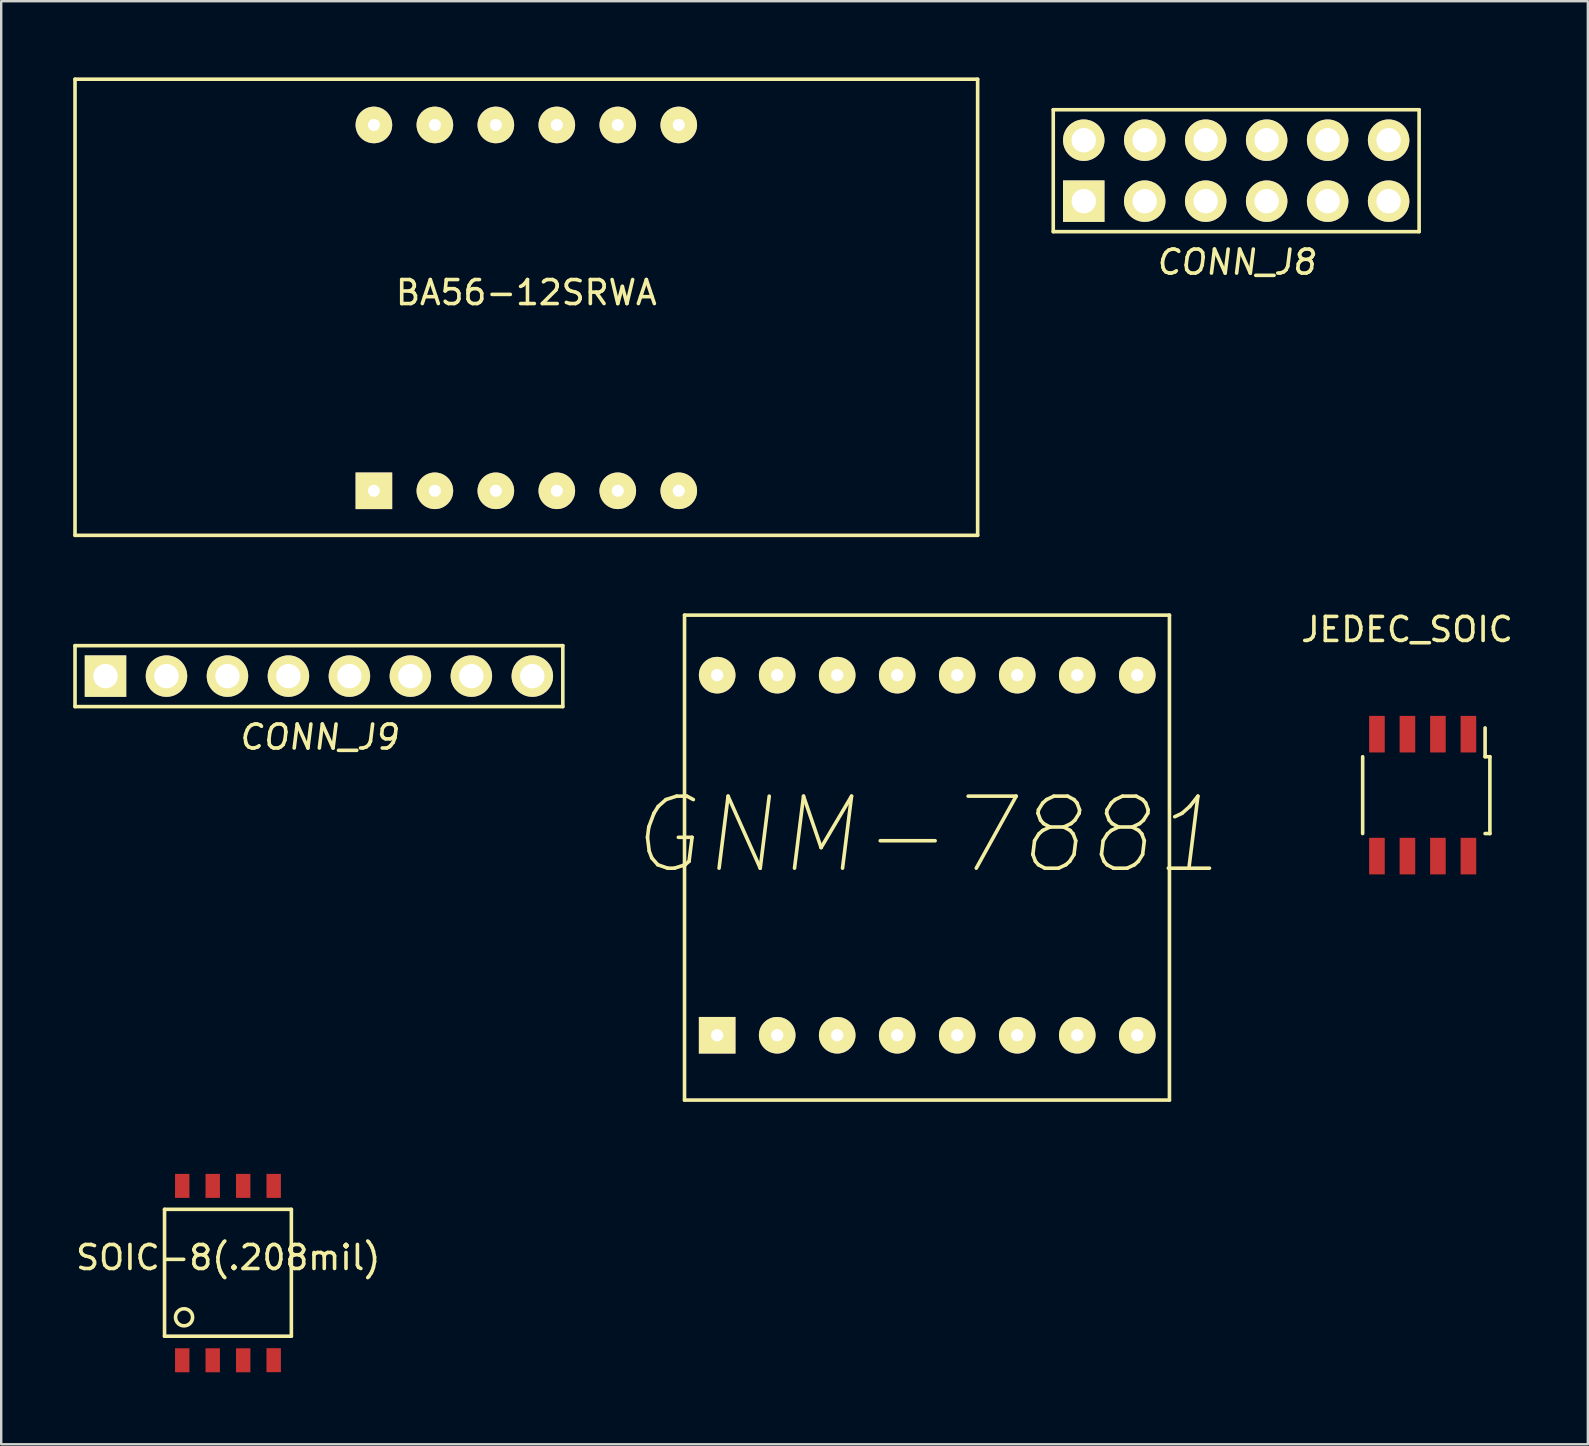
<source format=kicad_pcb>
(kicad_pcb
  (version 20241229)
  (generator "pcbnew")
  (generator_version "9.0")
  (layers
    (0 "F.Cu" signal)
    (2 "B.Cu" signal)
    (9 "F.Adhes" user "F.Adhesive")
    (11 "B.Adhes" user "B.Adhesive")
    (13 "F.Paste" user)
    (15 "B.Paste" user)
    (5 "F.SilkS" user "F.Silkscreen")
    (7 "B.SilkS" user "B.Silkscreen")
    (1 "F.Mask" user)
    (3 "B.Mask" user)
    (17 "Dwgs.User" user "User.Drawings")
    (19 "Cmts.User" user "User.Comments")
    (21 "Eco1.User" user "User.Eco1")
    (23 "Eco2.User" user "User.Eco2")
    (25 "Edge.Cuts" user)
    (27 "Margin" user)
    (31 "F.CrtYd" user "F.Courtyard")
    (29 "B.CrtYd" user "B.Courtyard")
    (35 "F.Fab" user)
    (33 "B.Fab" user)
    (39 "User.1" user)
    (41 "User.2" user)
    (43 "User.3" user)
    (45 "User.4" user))
  (footprint "CONN_J8"
    (layer "F.Cu")
    (at 48.445 0.25)
    (property "Reference" "CONN_J8" (at 0 7.62 0) (layer "F.SilkS") (effects (font (size 1 1) (thickness 0.15) (italic yes))))
    (attr through_hole)
    (fp_line (start -7.62 1.27) (end -7.62 6.35) (stroke (width 0.15) (type solid)) (layer "F.SilkS"))
    (fp_line (start -7.62 6.35) (end 7.62 6.35) (stroke (width 0.15) (type solid)) (layer "F.SilkS"))
    (fp_line (start 7.62 1.27) (end -7.62 1.27) (stroke (width 0.15) (type solid)) (layer "F.SilkS"))
    (fp_line (start 7.62 6.35) (end 7.62 1.27) (stroke (width 0.15) (type solid)) (layer "F.SilkS"))
    (pad "1" thru_hole rect (at -6.35 5.08) (size 1.727 1.727) (drill 1.016) (layers "*.Cu" "*.Mask" "F.SilkS"))
    (pad "2" thru_hole circle (at -6.35 2.54) (size 1.727 1.727) (drill 1.016) (layers "*.Cu" "*.Mask" "F.SilkS"))
    (pad "3" thru_hole circle (at -3.81 5.08) (size 1.727 1.727) (drill 1.016) (layers "*.Cu" "*.Mask" "F.SilkS"))
    (pad "4" thru_hole circle (at -3.81 2.54) (size 1.727 1.727) (drill 1.016) (layers "*.Cu" "*.Mask" "F.SilkS"))
    (pad "5" thru_hole circle (at -1.27 5.08) (size 1.727 1.727) (drill 1.016) (layers "*.Cu" "*.Mask" "F.SilkS"))
    (pad "6" thru_hole circle (at -1.27 2.54) (size 1.727 1.727) (drill 1.016) (layers "*.Cu" "*.Mask" "F.SilkS"))
    (pad "7" thru_hole circle (at 1.27 5.08) (size 1.727 1.727) (drill 1.016) (layers "*.Cu" "*.Mask" "F.SilkS"))
    (pad "8" thru_hole circle (at 1.27 2.54) (size 1.727 1.727) (drill 1.016) (layers "*.Cu" "*.Mask" "F.SilkS"))
    (pad "9" thru_hole circle (at 3.81 5.08) (size 1.727 1.727) (drill 1.016) (layers "*.Cu" "*.Mask" "F.SilkS"))
    (pad "10" thru_hole circle (at 3.81 2.54) (size 1.727 1.727) (drill 1.016) (layers "*.Cu" "*.Mask" "F.SilkS"))
    (pad "11" thru_hole circle (at 6.35 5.08) (size 1.727 1.727) (drill 1.016) (layers "*.Cu" "*.Mask" "F.SilkS"))
    (pad "12" thru_hole circle (at 6.35 2.54) (size 1.727 1.727) (drill 1.016) (layers "*.Cu" "*.Mask" "F.SilkS")))
  (footprint "JEDEC_SOIC"
    (layer "F.Cu")
    (at 56.214 30.073)
    (property "Reference" "JEDEC_SOIC" (at -0.65 -6.9 0) (layer "F.SilkS") (effects (font (size 1 1) (thickness 0.15))))
    (attr through_hole)
    (fp_line (start -2.5 -1.6) (end -2.5 1.6) (stroke (width 0.15) (type solid)) (layer "F.SilkS"))
    (fp_line (start 2.6 -2.8) (end 2.6 -1.6) (stroke (width 0.15) (type solid)) (layer "F.SilkS"))
    (fp_line (start 2.6 -1.6) (end 2.8 -1.6) (stroke (width 0.15) (type solid)) (layer "F.SilkS"))
    (fp_line (start 2.8 -1.6) (end 2.8 1.6) (stroke (width 0.15) (type solid)) (layer "F.SilkS"))
    (fp_line (start 2.8 1.6) (end 2.6 1.6) (stroke (width 0.15) (type solid)) (layer "F.SilkS"))
    (pad "1" smd rect (at 1.905 -2.54) (size 0.65 1.524) (layers "F.Cu" "F.Mask" "F.Paste"))
    (pad "2" smd rect (at 0.635 -2.54) (size 0.65 1.524) (layers "F.Cu" "F.Mask" "F.Paste"))
    (pad "3" smd rect (at -0.635 -2.54) (size 0.65 1.524) (layers "F.Cu" "F.Mask" "F.Paste"))
    (pad "4" smd rect (at -1.905 -2.54) (size 0.65 1.524) (layers "F.Cu" "F.Mask" "F.Paste"))
    (pad "5" smd rect (at -1.905 2.54) (size 0.65 1.524) (layers "F.Cu" "F.Mask" "F.Paste"))
    (pad "6" smd rect (at -0.635 2.54) (size 0.65 1.524) (layers "F.Cu" "F.Mask" "F.Paste"))
    (pad "7" smd rect (at 0.635 2.54) (size 0.65 1.524) (layers "F.Cu" "F.Mask" "F.Paste"))
    (pad "8" smd rect (at 1.905 2.54) (size 0.65 1.524) (layers "F.Cu" "F.Mask" "F.Paste")))
  (footprint "CONN_J9"
    (layer "F.Cu")
    (at 10.235 22.575)
    (property "Reference" "CONN_J9" (at 0 5.08 0) (layer "F.SilkS") (effects (font (size 1 1) (thickness 0.15) (italic yes))))
    (attr through_hole)
    (fp_line (start -10.16 1.27) (end -10.16 3.81) (stroke (width 0.15) (type solid)) (layer "F.SilkS"))
    (fp_line (start -10.16 3.81) (end 10.16 3.81) (stroke (width 0.15) (type solid)) (layer "F.SilkS"))
    (fp_line (start 10.16 1.27) (end -10.16 1.27) (stroke (width 0.15) (type solid)) (layer "F.SilkS"))
    (fp_line (start 10.16 3.81) (end 10.16 1.27) (stroke (width 0.15) (type solid)) (layer "F.SilkS"))
    (pad "1" thru_hole rect (at -8.89 2.54) (size 1.727 1.727) (drill 1.016) (layers "*.Cu" "*.Mask" "F.SilkS"))
    (pad "2" thru_hole circle (at -6.35 2.54) (size 1.727 1.727) (drill 1.016) (layers "*.Cu" "*.Mask" "F.SilkS"))
    (pad "3" thru_hole circle (at -3.81 2.54) (size 1.727 1.727) (drill 1.016) (layers "*.Cu" "*.Mask" "F.SilkS"))
    (pad "4" thru_hole circle (at -1.27 2.54) (size 1.727 1.727) (drill 1.016) (layers "*.Cu" "*.Mask" "F.SilkS"))
    (pad "5" thru_hole circle (at 1.27 2.54) (size 1.727 1.727) (drill 1.016) (layers "*.Cu" "*.Mask" "F.SilkS"))
    (pad "6" thru_hole circle (at 3.81 2.54) (size 1.727 1.727) (drill 1.016) (layers "*.Cu" "*.Mask" "F.SilkS"))
    (pad "7" thru_hole circle (at 6.35 2.54) (size 1.727 1.727) (drill 1.016) (layers "*.Cu" "*.Mask" "F.SilkS"))
    (pad "8" thru_hole circle (at 8.89 2.54) (size 1.727 1.727) (drill 1.016) (layers "*.Cu" "*.Mask" "F.SilkS")))
  (footprint "GNM-7881"
    (layer "F.Cu")
    (at 35.565 22.575)
    (property "Reference" "GNM-7881" (at 0 9.16 0) (layer "F.SilkS") (effects (font (size 3 3) (thickness 0.15) (italic yes))))
    (attr through_hole)
    (fp_line (start -10.1 0) (end 10.1 0) (stroke (width 0.15) (type solid)) (layer "F.SilkS"))
    (fp_line (start -10.1 20.2) (end -10.1 0) (stroke (width 0.15) (type solid)) (layer "F.SilkS"))
    (fp_line (start 10.1 0) (end 10.1 20.2) (stroke (width 0.15) (type solid)) (layer "F.SilkS"))
    (fp_line (start 10.1 20.2) (end -10.1 20.2) (stroke (width 0.15) (type solid)) (layer "F.SilkS"))
    (pad "1" thru_hole rect (at -8.74 17.5) (size 1.524 1.524) (drill 0.51) (layers "*.Cu" "*.Mask" "F.SilkS"))
    (pad "2" thru_hole circle (at -6.24 17.5) (size 1.524 1.524) (drill 0.51) (layers "*.Cu" "*.Mask" "F.SilkS"))
    (pad "3" thru_hole circle (at -3.74 17.5) (size 1.524 1.524) (drill 0.51) (layers "*.Cu" "*.Mask" "F.SilkS"))
    (pad "4" thru_hole circle (at -1.24 17.5) (size 1.524 1.524) (drill 0.51) (layers "*.Cu" "*.Mask" "F.SilkS"))
    (pad "5" thru_hole circle (at 1.26 17.5) (size 1.524 1.524) (drill 0.51) (layers "*.Cu" "*.Mask" "F.SilkS"))
    (pad "6" thru_hole circle (at 3.76 17.5) (size 1.524 1.524) (drill 0.51) (layers "*.Cu" "*.Mask" "F.SilkS"))
    (pad "7" thru_hole circle (at 6.26 17.5) (size 1.524 1.524) (drill 0.51) (layers "*.Cu" "*.Mask" "F.SilkS"))
    (pad "8" thru_hole circle (at 8.76 17.5) (size 1.524 1.524) (drill 0.51) (layers "*.Cu" "*.Mask" "F.SilkS"))
    (pad "9" thru_hole circle (at 8.76 2.5) (size 1.524 1.524) (drill 0.51) (layers "*.Cu" "*.Mask" "F.SilkS"))
    (pad "10" thru_hole circle (at 6.26 2.5) (size 1.524 1.524) (drill 0.51) (layers "*.Cu" "*.Mask" "F.SilkS"))
    (pad "11" thru_hole circle (at 3.76 2.5) (size 1.524 1.524) (drill 0.51) (layers "*.Cu" "*.Mask" "F.SilkS"))
    (pad "12" thru_hole circle (at 1.26 2.5) (size 1.524 1.524) (drill 0.51) (layers "*.Cu" "*.Mask" "F.SilkS"))
    (pad "13" thru_hole circle (at -1.24 2.5) (size 1.524 1.524) (drill 0.51) (layers "*.Cu" "*.Mask" "F.SilkS"))
    (pad "14" thru_hole circle (at -3.74 2.5) (size 1.524 1.524) (drill 0.51) (layers "*.Cu" "*.Mask" "F.SilkS"))
    (pad "15" thru_hole circle (at -6.24 2.5) (size 1.524 1.524) (drill 0.51) (layers "*.Cu" "*.Mask" "F.SilkS"))
    (pad "16" thru_hole circle (at -8.74 2.5) (size 1.524 1.524) (drill 0.51) (layers "*.Cu" "*.Mask" "F.SilkS")))
  (footprint "BA56-12SRWA"
    (layer "F.Cu")
    (at 18.875 0.25)
    (property "Reference" "BA56-12SRWA" (at 0 8.89 0) (layer "F.SilkS") (effects (font (size 1 1) (thickness 0.15))))
    (attr through_hole)
    (fp_line (start -18.8 0) (end 18.8 0) (stroke (width 0.15) (type solid)) (layer "F.SilkS"))
    (fp_line (start -18.8 19) (end -18.8 0) (stroke (width 0.15) (type solid)) (layer "F.SilkS"))
    (fp_line (start 18.8 0) (end 18.8 19) (stroke (width 0.15) (type solid)) (layer "F.SilkS"))
    (fp_line (start 18.8 19) (end -18.8 19) (stroke (width 0.15) (type solid)) (layer "F.SilkS"))
    (pad "1" thru_hole rect (at -6.35 17.145) (size 1.524 1.524) (drill 0.5) (layers "*.Cu" "*.Mask" "F.SilkS"))
    (pad "2" thru_hole circle (at -3.81 17.145) (size 1.524 1.524) (drill 0.5) (layers "*.Cu" "*.Mask" "F.SilkS"))
    (pad "3" thru_hole circle (at -1.27 17.145) (size 1.524 1.524) (drill 0.5) (layers "*.Cu" "*.Mask" "F.SilkS"))
    (pad "4" thru_hole circle (at 1.27 17.145) (size 1.524 1.524) (drill 0.5) (layers "*.Cu" "*.Mask" "F.SilkS"))
    (pad "5" thru_hole circle (at 3.81 17.145) (size 1.524 1.524) (drill 0.5) (layers "*.Cu" "*.Mask" "F.SilkS"))
    (pad "6" thru_hole circle (at 6.35 17.145) (size 1.524 1.524) (drill 0.5) (layers "*.Cu" "*.Mask" "F.SilkS"))
    (pad "7" thru_hole circle (at 6.35 1.905) (size 1.524 1.524) (drill 0.5) (layers "*.Cu" "*.Mask" "F.SilkS"))
    (pad "8" thru_hole circle (at 3.81 1.905) (size 1.524 1.524) (drill 0.5) (layers "*.Cu" "*.Mask" "F.SilkS"))
    (pad "9" thru_hole circle (at 1.27 1.905) (size 1.524 1.524) (drill 0.5) (layers "*.Cu" "*.Mask" "F.SilkS"))
    (pad "10" thru_hole circle (at -1.27 1.905) (size 1.524 1.524) (drill 0.5) (layers "*.Cu" "*.Mask" "F.SilkS"))
    (pad "11" thru_hole circle (at -3.81 1.905) (size 1.524 1.524) (drill 0.5) (layers "*.Cu" "*.Mask" "F.SilkS"))
    (pad "12" thru_hole circle (at -6.35 1.905) (size 1.524 1.524) (drill 0.5) (layers "*.Cu" "*.Mask" "F.SilkS")))
  (footprint "SOIC-8(.208mil)"
    (layer "F.Cu")
    (at 3.804 47.328)
    (property "Reference" "SOIC-8(.208mil)" (at 2.654 2.007 0) (layer "F.SilkS") (effects (font (size 1 1) (thickness 0.15))))
    (attr through_hole)
    (fp_line (start 0 0) (end 5.283 0) (stroke (width 0.15) (type solid)) (layer "F.SilkS"))
    (fp_line (start 0 5.283) (end 0 0) (stroke (width 0.15) (type solid)) (layer "F.SilkS"))
    (fp_line (start 5.283 0) (end 5.283 5.283) (stroke (width 0.15) (type solid)) (layer "F.SilkS"))
    (fp_line (start 5.283 5.283) (end 0 5.283) (stroke (width 0.15) (type solid)) (layer "F.SilkS"))
    (fp_circle (center 0.813 4.496) (end 0.61 4.788) (stroke (width 0.15) (type solid)) (fill no) (layer "F.SilkS"))
    (pad "1" smd rect (at 0.737 6.287) (size 0.6 1) (layers "F.Cu" "F.Mask" "F.Paste"))
    (pad "2" smd rect (at 2.007 6.287) (size 0.6 1) (layers "F.Cu" "F.Mask" "F.Paste"))
    (pad "3" smd rect (at 3.277 6.287) (size 0.6 1) (layers "F.Cu" "F.Mask" "F.Paste"))
    (pad "4" smd rect (at 4.547 6.283) (size 0.6 1) (layers "F.Cu" "F.Mask" "F.Paste"))
    (pad "5" smd rect (at 4.547 -0.978) (size 0.6 1) (layers "F.Cu" "F.Mask" "F.Paste"))
    (pad "6" smd rect (at 3.277 -0.978) (size 0.6 1) (layers "F.Cu" "F.Mask" "F.Paste"))
    (pad "7" smd rect (at 2.007 -0.978) (size 0.6 1) (layers "F.Cu" "F.Mask" "F.Paste"))
    (pad "8" smd rect (at 0.737 -0.978) (size 0.6 1) (layers "F.Cu" "F.Mask" "F.Paste")))
  (gr_rect
    (start -3 -3)
    (end 63.094 57.114)
    (stroke (width 0.1) (type default))
    (fill no)
    (layer "Edge.Cuts")))
</source>
